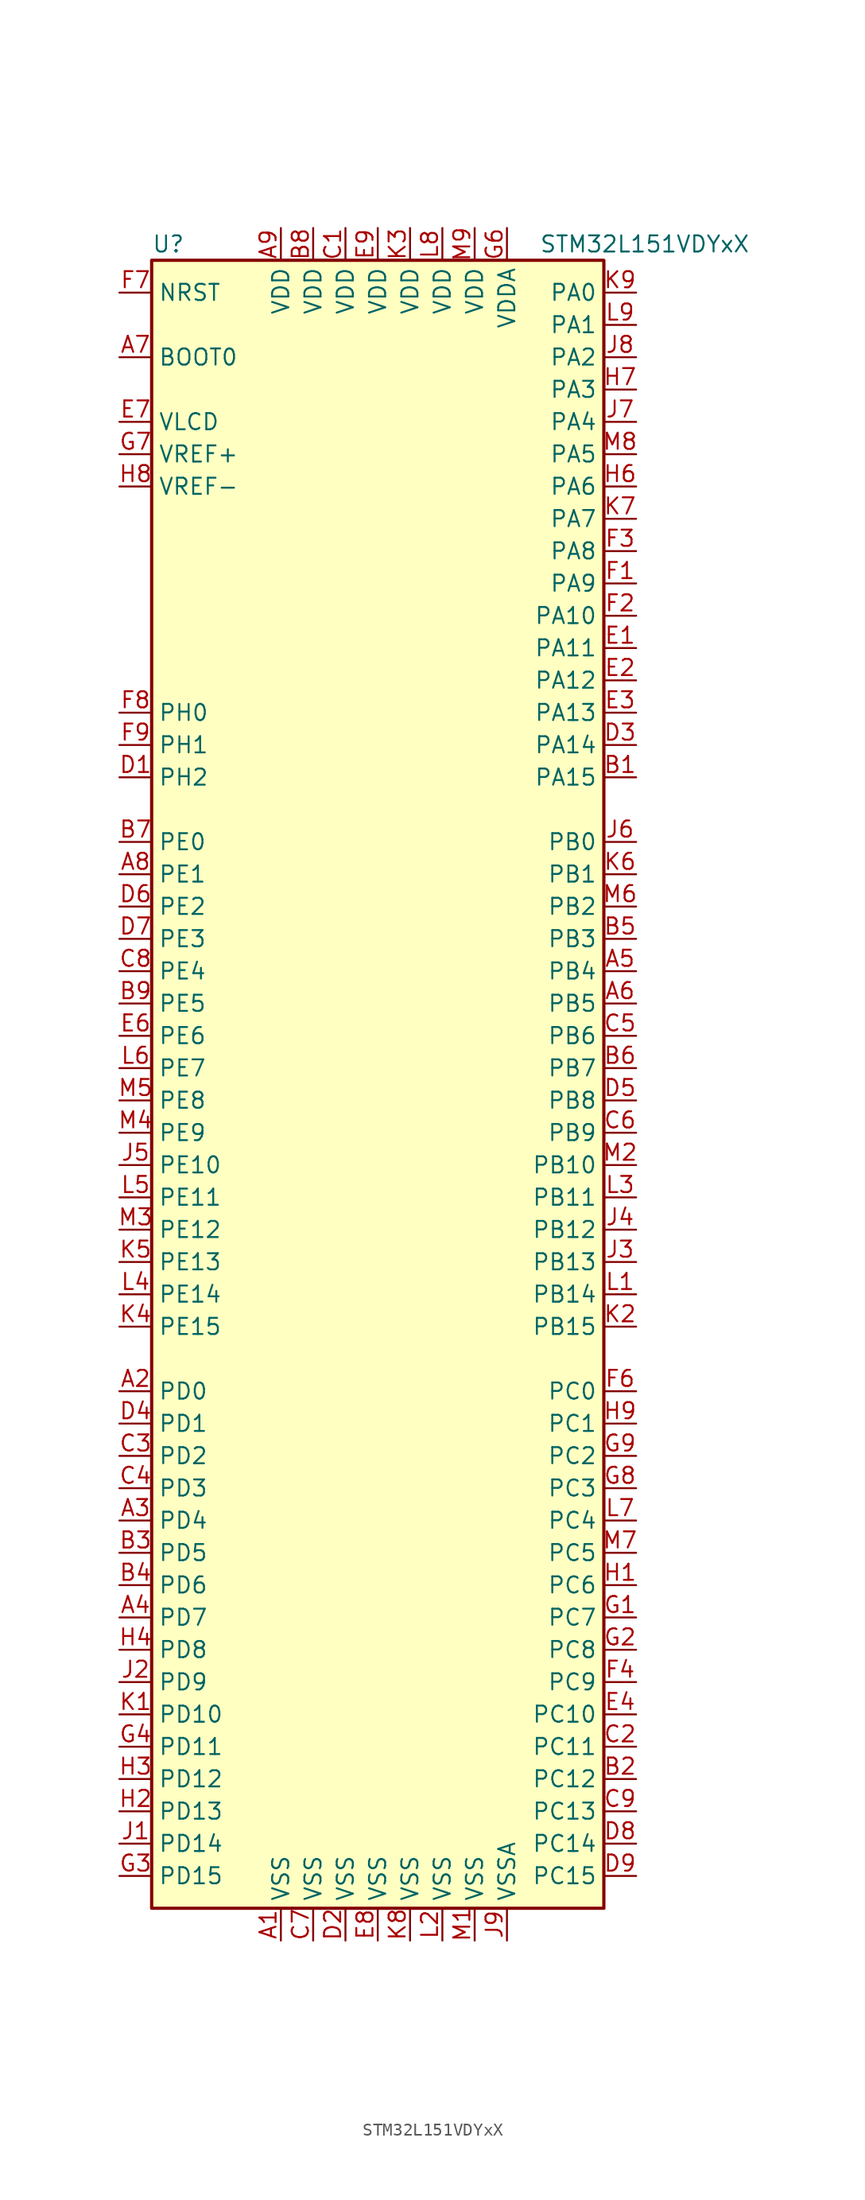
<source format=kicad_sym>
(kicad_symbol_lib
  (version 20201005)
  (generator kicad_symbol_editor)
  (symbol "STM32L151VDYxX"
    (property "Reference" "U"
      (at -17.78 64.77 0)
      (effects (font (size 1.27 1.27)) (justify left)))
    (property "Value" "STM32L151VDYxX"
      (at 12.7 64.77 0)
      (effects (font (size 1.27 1.27)) (justify left)))
    (symbol "STM32L151VDYxX_0_1"
      (rectangle (start -17.78 -66.04) (end 17.78 63.5) (stroke (width 0.254)) (fill (type background))))
    (symbol "STM32L151VDYxX_1_1"
      (pin power_in line (at -7.62 -68.58 90) (length 2.54) (name "VSS" (effects (font (size 1.27 1.27)))) (number "A1" (effects (font (size 1.27 1.27)))))
      (pin bidirectional line (at -20.32 -25.4 0) (length 2.54) (name "PD0" (effects (font (size 1.27 1.27)))) (number "A2" (effects (font (size 1.27 1.27)))))
      (pin bidirectional line (at -20.32 -35.56 0) (length 2.54) (name "PD4" (effects (font (size 1.27 1.27)))) (number "A3" (effects (font (size 1.27 1.27)))))
      (pin bidirectional line (at -20.32 -43.18 0) (length 2.54) (name "PD7" (effects (font (size 1.27 1.27)))) (number "A4" (effects (font (size 1.27 1.27)))))
      (pin bidirectional line (at 20.32 7.62 180) (length 2.54) (name "PB4" (effects (font (size 1.27 1.27)))) (number "A5" (effects (font (size 1.27 1.27)))))
      (pin bidirectional line (at 20.32 5.08 180) (length 2.54) (name "PB5" (effects (font (size 1.27 1.27)))) (number "A6" (effects (font (size 1.27 1.27)))))
      (pin input line (at -20.32 55.88 0) (length 2.54) (name "BOOT0" (effects (font (size 1.27 1.27)))) (number "A7" (effects (font (size 1.27 1.27)))))
      (pin bidirectional line (at -20.32 15.24 0) (length 2.54) (name "PE1" (effects (font (size 1.27 1.27)))) (number "A8" (effects (font (size 1.27 1.27)))))
      (pin power_in line (at -7.62 66.04 270) (length 2.54) (name "VDD" (effects (font (size 1.27 1.27)))) (number "A9" (effects (font (size 1.27 1.27)))))
      (pin bidirectional line (at 20.32 22.86 180) (length 2.54) (name "PA15" (effects (font (size 1.27 1.27)))) (number "B1" (effects (font (size 1.27 1.27)))))
      (pin bidirectional line (at 20.32 -55.88 180) (length 2.54) (name "PC12" (effects (font (size 1.27 1.27)))) (number "B2" (effects (font (size 1.27 1.27)))))
      (pin bidirectional line (at -20.32 -38.1 0) (length 2.54) (name "PD5" (effects (font (size 1.27 1.27)))) (number "B3" (effects (font (size 1.27 1.27)))))
      (pin bidirectional line (at -20.32 -40.64 0) (length 2.54) (name "PD6" (effects (font (size 1.27 1.27)))) (number "B4" (effects (font (size 1.27 1.27)))))
      (pin bidirectional line (at 20.32 10.16 180) (length 2.54) (name "PB3" (effects (font (size 1.27 1.27)))) (number "B5" (effects (font (size 1.27 1.27)))))
      (pin bidirectional line (at 20.32 0 180) (length 2.54) (name "PB7" (effects (font (size 1.27 1.27)))) (number "B6" (effects (font (size 1.27 1.27)))))
      (pin bidirectional line (at -20.32 17.78 0) (length 2.54) (name "PE0" (effects (font (size 1.27 1.27)))) (number "B7" (effects (font (size 1.27 1.27)))))
      (pin power_in line (at -5.08 66.04 270) (length 2.54) (name "VDD" (effects (font (size 1.27 1.27)))) (number "B8" (effects (font (size 1.27 1.27)))))
      (pin bidirectional line (at -20.32 5.08 0) (length 2.54) (name "PE5" (effects (font (size 1.27 1.27)))) (number "B9" (effects (font (size 1.27 1.27)))))
      (pin power_in line (at -2.54 66.04 270) (length 2.54) (name "VDD" (effects (font (size 1.27 1.27)))) (number "C1" (effects (font (size 1.27 1.27)))))
      (pin bidirectional line (at 20.32 -53.34 180) (length 2.54) (name "PC11" (effects (font (size 1.27 1.27)))) (number "C2" (effects (font (size 1.27 1.27)))))
      (pin bidirectional line (at -20.32 -30.48 0) (length 2.54) (name "PD2" (effects (font (size 1.27 1.27)))) (number "C3" (effects (font (size 1.27 1.27)))))
      (pin bidirectional line (at -20.32 -33.02 0) (length 2.54) (name "PD3" (effects (font (size 1.27 1.27)))) (number "C4" (effects (font (size 1.27 1.27)))))
      (pin bidirectional line (at 20.32 2.54 180) (length 2.54) (name "PB6" (effects (font (size 1.27 1.27)))) (number "C5" (effects (font (size 1.27 1.27)))))
      (pin bidirectional line (at 20.32 -5.08 180) (length 2.54) (name "PB9" (effects (font (size 1.27 1.27)))) (number "C6" (effects (font (size 1.27 1.27)))))
      (pin power_in line (at -5.08 -68.58 90) (length 2.54) (name "VSS" (effects (font (size 1.27 1.27)))) (number "C7" (effects (font (size 1.27 1.27)))))
      (pin bidirectional line (at -20.32 7.62 0) (length 2.54) (name "PE4" (effects (font (size 1.27 1.27)))) (number "C8" (effects (font (size 1.27 1.27)))))
      (pin bidirectional line (at 20.32 -58.42 180) (length 2.54) (name "PC13" (effects (font (size 1.27 1.27)))) (number "C9" (effects (font (size 1.27 1.27)))))
      (pin bidirectional line (at -20.32 22.86 0) (length 2.54) (name "PH2" (effects (font (size 1.27 1.27)))) (number "D1" (effects (font (size 1.27 1.27)))))
      (pin power_in line (at -2.54 -68.58 90) (length 2.54) (name "VSS" (effects (font (size 1.27 1.27)))) (number "D2" (effects (font (size 1.27 1.27)))))
      (pin bidirectional line (at 20.32 25.4 180) (length 2.54) (name "PA14" (effects (font (size 1.27 1.27)))) (number "D3" (effects (font (size 1.27 1.27)))))
      (pin bidirectional line (at -20.32 -27.94 0) (length 2.54) (name "PD1" (effects (font (size 1.27 1.27)))) (number "D4" (effects (font (size 1.27 1.27)))))
      (pin bidirectional line (at 20.32 -2.54 180) (length 2.54) (name "PB8" (effects (font (size 1.27 1.27)))) (number "D5" (effects (font (size 1.27 1.27)))))
      (pin bidirectional line (at -20.32 12.7 0) (length 2.54) (name "PE2" (effects (font (size 1.27 1.27)))) (number "D6" (effects (font (size 1.27 1.27)))))
      (pin bidirectional line (at -20.32 10.16 0) (length 2.54) (name "PE3" (effects (font (size 1.27 1.27)))) (number "D7" (effects (font (size 1.27 1.27)))))
      (pin bidirectional line (at 20.32 -60.96 180) (length 2.54) (name "PC14" (effects (font (size 1.27 1.27)))) (number "D8" (effects (font (size 1.27 1.27)))))
      (pin bidirectional line (at 20.32 -63.5 180) (length 2.54) (name "PC15" (effects (font (size 1.27 1.27)))) (number "D9" (effects (font (size 1.27 1.27)))))
      (pin bidirectional line (at 20.32 33.02 180) (length 2.54) (name "PA11" (effects (font (size 1.27 1.27)))) (number "E1" (effects (font (size 1.27 1.27)))))
      (pin bidirectional line (at 20.32 30.48 180) (length 2.54) (name "PA12" (effects (font (size 1.27 1.27)))) (number "E2" (effects (font (size 1.27 1.27)))))
      (pin bidirectional line (at 20.32 27.94 180) (length 2.54) (name "PA13" (effects (font (size 1.27 1.27)))) (number "E3" (effects (font (size 1.27 1.27)))))
      (pin bidirectional line (at 20.32 -50.8 180) (length 2.54) (name "PC10" (effects (font (size 1.27 1.27)))) (number "E4" (effects (font (size 1.27 1.27)))))
      (pin bidirectional line (at -20.32 2.54 0) (length 2.54) (name "PE6" (effects (font (size 1.27 1.27)))) (number "E6" (effects (font (size 1.27 1.27)))))
      (pin power_in line (at -20.32 50.8 0) (length 2.54) (name "VLCD" (effects (font (size 1.27 1.27)))) (number "E7" (effects (font (size 1.27 1.27)))))
      (pin power_in line (at 0 -68.58 90) (length 2.54) (name "VSS" (effects (font (size 1.27 1.27)))) (number "E8" (effects (font (size 1.27 1.27)))))
      (pin power_in line (at 0 66.04 270) (length 2.54) (name "VDD" (effects (font (size 1.27 1.27)))) (number "E9" (effects (font (size 1.27 1.27)))))
      (pin bidirectional line (at 20.32 38.1 180) (length 2.54) (name "PA9" (effects (font (size 1.27 1.27)))) (number "F1" (effects (font (size 1.27 1.27)))))
      (pin bidirectional line (at 20.32 35.56 180) (length 2.54) (name "PA10" (effects (font (size 1.27 1.27)))) (number "F2" (effects (font (size 1.27 1.27)))))
      (pin bidirectional line (at 20.32 40.64 180) (length 2.54) (name "PA8" (effects (font (size 1.27 1.27)))) (number "F3" (effects (font (size 1.27 1.27)))))
      (pin bidirectional line (at 20.32 -48.26 180) (length 2.54) (name "PC9" (effects (font (size 1.27 1.27)))) (number "F4" (effects (font (size 1.27 1.27)))))
      (pin bidirectional line (at 20.32 -25.4 180) (length 2.54) (name "PC0" (effects (font (size 1.27 1.27)))) (number "F6" (effects (font (size 1.27 1.27)))))
      (pin input line (at -20.32 60.96 0) (length 2.54) (name "NRST" (effects (font (size 1.27 1.27)))) (number "F7" (effects (font (size 1.27 1.27)))))
      (pin input line (at -20.32 27.94 0) (length 2.54) (name "PH0" (effects (font (size 1.27 1.27)))) (number "F8" (effects (font (size 1.27 1.27)))))
      (pin input line (at -20.32 25.4 0) (length 2.54) (name "PH1" (effects (font (size 1.27 1.27)))) (number "F9" (effects (font (size 1.27 1.27)))))
      (pin bidirectional line (at 20.32 -43.18 180) (length 2.54) (name "PC7" (effects (font (size 1.27 1.27)))) (number "G1" (effects (font (size 1.27 1.27)))))
      (pin bidirectional line (at 20.32 -45.72 180) (length 2.54) (name "PC8" (effects (font (size 1.27 1.27)))) (number "G2" (effects (font (size 1.27 1.27)))))
      (pin bidirectional line (at -20.32 -63.5 0) (length 2.54) (name "PD15" (effects (font (size 1.27 1.27)))) (number "G3" (effects (font (size 1.27 1.27)))))
      (pin bidirectional line (at -20.32 -53.34 0) (length 2.54) (name "PD11" (effects (font (size 1.27 1.27)))) (number "G4" (effects (font (size 1.27 1.27)))))
      (pin power_in line (at 10.16 66.04 270) (length 2.54) (name "VDDA" (effects (font (size 1.27 1.27)))) (number "G6" (effects (font (size 1.27 1.27)))))
      (pin power_in line (at -20.32 48.26 0) (length 2.54) (name "VREF+" (effects (font (size 1.27 1.27)))) (number "G7" (effects (font (size 1.27 1.27)))))
      (pin bidirectional line (at 20.32 -33.02 180) (length 2.54) (name "PC3" (effects (font (size 1.27 1.27)))) (number "G8" (effects (font (size 1.27 1.27)))))
      (pin bidirectional line (at 20.32 -30.48 180) (length 2.54) (name "PC2" (effects (font (size 1.27 1.27)))) (number "G9" (effects (font (size 1.27 1.27)))))
      (pin bidirectional line (at 20.32 -40.64 180) (length 2.54) (name "PC6" (effects (font (size 1.27 1.27)))) (number "H1" (effects (font (size 1.27 1.27)))))
      (pin bidirectional line (at -20.32 -58.42 0) (length 2.54) (name "PD13" (effects (font (size 1.27 1.27)))) (number "H2" (effects (font (size 1.27 1.27)))))
      (pin bidirectional line (at -20.32 -55.88 0) (length 2.54) (name "PD12" (effects (font (size 1.27 1.27)))) (number "H3" (effects (font (size 1.27 1.27)))))
      (pin bidirectional line (at -20.32 -45.72 0) (length 2.54) (name "PD8" (effects (font (size 1.27 1.27)))) (number "H4" (effects (font (size 1.27 1.27)))))
      (pin bidirectional line (at 20.32 45.72 180) (length 2.54) (name "PA6" (effects (font (size 1.27 1.27)))) (number "H6" (effects (font (size 1.27 1.27)))))
      (pin bidirectional line (at 20.32 53.34 180) (length 2.54) (name "PA3" (effects (font (size 1.27 1.27)))) (number "H7" (effects (font (size 1.27 1.27)))))
      (pin power_in line (at -20.32 45.72 0) (length 2.54) (name "VREF-" (effects (font (size 1.27 1.27)))) (number "H8" (effects (font (size 1.27 1.27)))))
      (pin bidirectional line (at 20.32 -27.94 180) (length 2.54) (name "PC1" (effects (font (size 1.27 1.27)))) (number "H9" (effects (font (size 1.27 1.27)))))
      (pin bidirectional line (at -20.32 -60.96 0) (length 2.54) (name "PD14" (effects (font (size 1.27 1.27)))) (number "J1" (effects (font (size 1.27 1.27)))))
      (pin bidirectional line (at -20.32 -48.26 0) (length 2.54) (name "PD9" (effects (font (size 1.27 1.27)))) (number "J2" (effects (font (size 1.27 1.27)))))
      (pin bidirectional line (at 20.32 -15.24 180) (length 2.54) (name "PB13" (effects (font (size 1.27 1.27)))) (number "J3" (effects (font (size 1.27 1.27)))))
      (pin bidirectional line (at 20.32 -12.7 180) (length 2.54) (name "PB12" (effects (font (size 1.27 1.27)))) (number "J4" (effects (font (size 1.27 1.27)))))
      (pin bidirectional line (at -20.32 -7.62 0) (length 2.54) (name "PE10" (effects (font (size 1.27 1.27)))) (number "J5" (effects (font (size 1.27 1.27)))))
      (pin bidirectional line (at 20.32 17.78 180) (length 2.54) (name "PB0" (effects (font (size 1.27 1.27)))) (number "J6" (effects (font (size 1.27 1.27)))))
      (pin bidirectional line (at 20.32 50.8 180) (length 2.54) (name "PA4" (effects (font (size 1.27 1.27)))) (number "J7" (effects (font (size 1.27 1.27)))))
      (pin bidirectional line (at 20.32 55.88 180) (length 2.54) (name "PA2" (effects (font (size 1.27 1.27)))) (number "J8" (effects (font (size 1.27 1.27)))))
      (pin power_in line (at 10.16 -68.58 90) (length 2.54) (name "VSSA" (effects (font (size 1.27 1.27)))) (number "J9" (effects (font (size 1.27 1.27)))))
      (pin bidirectional line (at -20.32 -50.8 0) (length 2.54) (name "PD10" (effects (font (size 1.27 1.27)))) (number "K1" (effects (font (size 1.27 1.27)))))
      (pin bidirectional line (at 20.32 -20.32 180) (length 2.54) (name "PB15" (effects (font (size 1.27 1.27)))) (number "K2" (effects (font (size 1.27 1.27)))))
      (pin power_in line (at 2.54 66.04 270) (length 2.54) (name "VDD" (effects (font (size 1.27 1.27)))) (number "K3" (effects (font (size 1.27 1.27)))))
      (pin bidirectional line (at -20.32 -20.32 0) (length 2.54) (name "PE15" (effects (font (size 1.27 1.27)))) (number "K4" (effects (font (size 1.27 1.27)))))
      (pin bidirectional line (at -20.32 -15.24 0) (length 2.54) (name "PE13" (effects (font (size 1.27 1.27)))) (number "K5" (effects (font (size 1.27 1.27)))))
      (pin bidirectional line (at 20.32 15.24 180) (length 2.54) (name "PB1" (effects (font (size 1.27 1.27)))) (number "K6" (effects (font (size 1.27 1.27)))))
      (pin bidirectional line (at 20.32 43.18 180) (length 2.54) (name "PA7" (effects (font (size 1.27 1.27)))) (number "K7" (effects (font (size 1.27 1.27)))))
      (pin power_in line (at 2.54 -68.58 90) (length 2.54) (name "VSS" (effects (font (size 1.27 1.27)))) (number "K8" (effects (font (size 1.27 1.27)))))
      (pin bidirectional line (at 20.32 60.96 180) (length 2.54) (name "PA0" (effects (font (size 1.27 1.27)))) (number "K9" (effects (font (size 1.27 1.27)))))
      (pin bidirectional line (at 20.32 -17.78 180) (length 2.54) (name "PB14" (effects (font (size 1.27 1.27)))) (number "L1" (effects (font (size 1.27 1.27)))))
      (pin power_in line (at 5.08 -68.58 90) (length 2.54) (name "VSS" (effects (font (size 1.27 1.27)))) (number "L2" (effects (font (size 1.27 1.27)))))
      (pin bidirectional line (at 20.32 -10.16 180) (length 2.54) (name "PB11" (effects (font (size 1.27 1.27)))) (number "L3" (effects (font (size 1.27 1.27)))))
      (pin bidirectional line (at -20.32 -17.78 0) (length 2.54) (name "PE14" (effects (font (size 1.27 1.27)))) (number "L4" (effects (font (size 1.27 1.27)))))
      (pin bidirectional line (at -20.32 -10.16 0) (length 2.54) (name "PE11" (effects (font (size 1.27 1.27)))) (number "L5" (effects (font (size 1.27 1.27)))))
      (pin bidirectional line (at -20.32 0 0) (length 2.54) (name "PE7" (effects (font (size 1.27 1.27)))) (number "L6" (effects (font (size 1.27 1.27)))))
      (pin bidirectional line (at 20.32 -35.56 180) (length 2.54) (name "PC4" (effects (font (size 1.27 1.27)))) (number "L7" (effects (font (size 1.27 1.27)))))
      (pin power_in line (at 5.08 66.04 270) (length 2.54) (name "VDD" (effects (font (size 1.27 1.27)))) (number "L8" (effects (font (size 1.27 1.27)))))
      (pin bidirectional line (at 20.32 58.42 180) (length 2.54) (name "PA1" (effects (font (size 1.27 1.27)))) (number "L9" (effects (font (size 1.27 1.27)))))
      (pin power_in line (at 7.62 -68.58 90) (length 2.54) (name "VSS" (effects (font (size 1.27 1.27)))) (number "M1" (effects (font (size 1.27 1.27)))))
      (pin bidirectional line (at 20.32 -7.62 180) (length 2.54) (name "PB10" (effects (font (size 1.27 1.27)))) (number "M2" (effects (font (size 1.27 1.27)))))
      (pin bidirectional line (at -20.32 -12.7 0) (length 2.54) (name "PE12" (effects (font (size 1.27 1.27)))) (number "M3" (effects (font (size 1.27 1.27)))))
      (pin bidirectional line (at -20.32 -5.08 0) (length 2.54) (name "PE9" (effects (font (size 1.27 1.27)))) (number "M4" (effects (font (size 1.27 1.27)))))
      (pin bidirectional line (at -20.32 -2.54 0) (length 2.54) (name "PE8" (effects (font (size 1.27 1.27)))) (number "M5" (effects (font (size 1.27 1.27)))))
      (pin bidirectional line (at 20.32 12.7 180) (length 2.54) (name "PB2" (effects (font (size 1.27 1.27)))) (number "M6" (effects (font (size 1.27 1.27)))))
      (pin bidirectional line (at 20.32 -38.1 180) (length 2.54) (name "PC5" (effects (font (size 1.27 1.27)))) (number "M7" (effects (font (size 1.27 1.27)))))
      (pin bidirectional line (at 20.32 48.26 180) (length 2.54) (name "PA5" (effects (font (size 1.27 1.27)))) (number "M8" (effects (font (size 1.27 1.27)))))
      (pin power_in line (at 7.62 66.04 270) (length 2.54) (name "VDD" (effects (font (size 1.27 1.27)))) (number "M9" (effects (font (size 1.27 1.27))))))))
</source>
